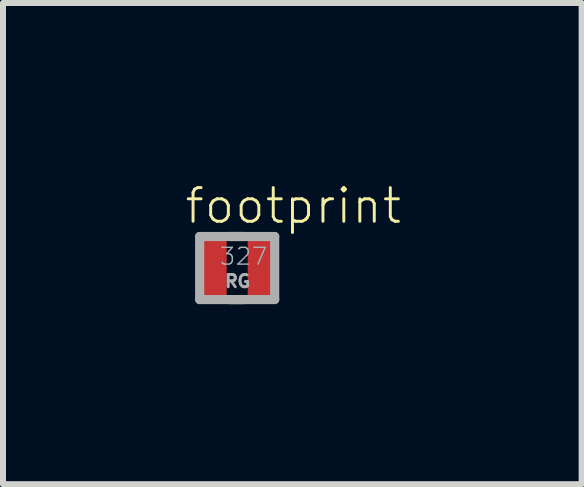
<source format=kicad_pcb>
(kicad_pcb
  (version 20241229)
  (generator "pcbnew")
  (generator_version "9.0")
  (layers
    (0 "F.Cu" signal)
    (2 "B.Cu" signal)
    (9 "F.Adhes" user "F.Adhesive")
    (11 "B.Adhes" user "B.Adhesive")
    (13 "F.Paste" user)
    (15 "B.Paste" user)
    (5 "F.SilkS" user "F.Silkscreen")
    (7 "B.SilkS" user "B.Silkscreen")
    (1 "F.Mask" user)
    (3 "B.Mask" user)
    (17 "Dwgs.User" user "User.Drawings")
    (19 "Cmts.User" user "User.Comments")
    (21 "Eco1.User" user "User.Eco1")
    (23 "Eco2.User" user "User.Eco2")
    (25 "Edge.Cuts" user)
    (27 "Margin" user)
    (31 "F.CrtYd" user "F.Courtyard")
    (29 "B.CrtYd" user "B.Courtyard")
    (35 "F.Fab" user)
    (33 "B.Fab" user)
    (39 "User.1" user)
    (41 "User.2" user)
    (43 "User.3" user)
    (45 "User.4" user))
  (footprint "footprint"
    (layer "F.Cu")
    (at 0.901 1.415)
    (property "Reference" "footprint" (at -0.901 -0.708 0) (layer "F.SilkS") (effects (font (size 0.561 0.561) (thickness 0.049)) (justify left bottom)))
    (fp_line (start -0.125 0.525) (end 0.125 0.525) (stroke (width 0.152) (type solid)) (layer "F.SilkS"))
    (fp_line (start 0.125 -0.525) (end -0.125 -0.525) (stroke (width 0.152) (type solid)) (layer "F.SilkS"))
    (fp_line (start -0.625 -0.525) (end -0.625 0.525) (stroke (width 0.152) (type solid)) (layer "F.Fab"))
    (fp_line (start -0.625 0.525) (end 0.625 0.525) (stroke (width 0.152) (type solid)) (layer "F.Fab"))
    (fp_line (start 0.625 -0.525) (end -0.625 -0.525) (stroke (width 0.152) (type solid)) (layer "F.Fab"))
    (fp_line (start 0.625 0.525) (end 0.625 -0.525) (stroke (width 0.152) (type solid)) (layer "F.Fab"))
    (fp_text user "327" (at -0.31 -0.03 0) (layer "F.Fab") (effects (font (size 0.28 0.28) (thickness 0.024)) (justify left bottom)))
    (fp_text user "RG" (at -0.23 0.34 0) (layer "F.Fab") (effects (font (size 0.206 0.206) (thickness 0.048)) (justify left bottom)))
    (pad "1" smd rect (at -0.375 0) (size 0.4 1) (layers "F.Cu" "F.Mask" "F.Paste"))
    (pad "2" smd rect (at 0.375 0) (size 0.4 1) (layers "F.Cu" "F.Mask" "F.Paste")))
  (gr_rect
    (start -3 -3)
    (end 6.639 5.016)
    (stroke (width 0.1) (type default))
    (fill no)
    (layer "Edge.Cuts")))
</source>
